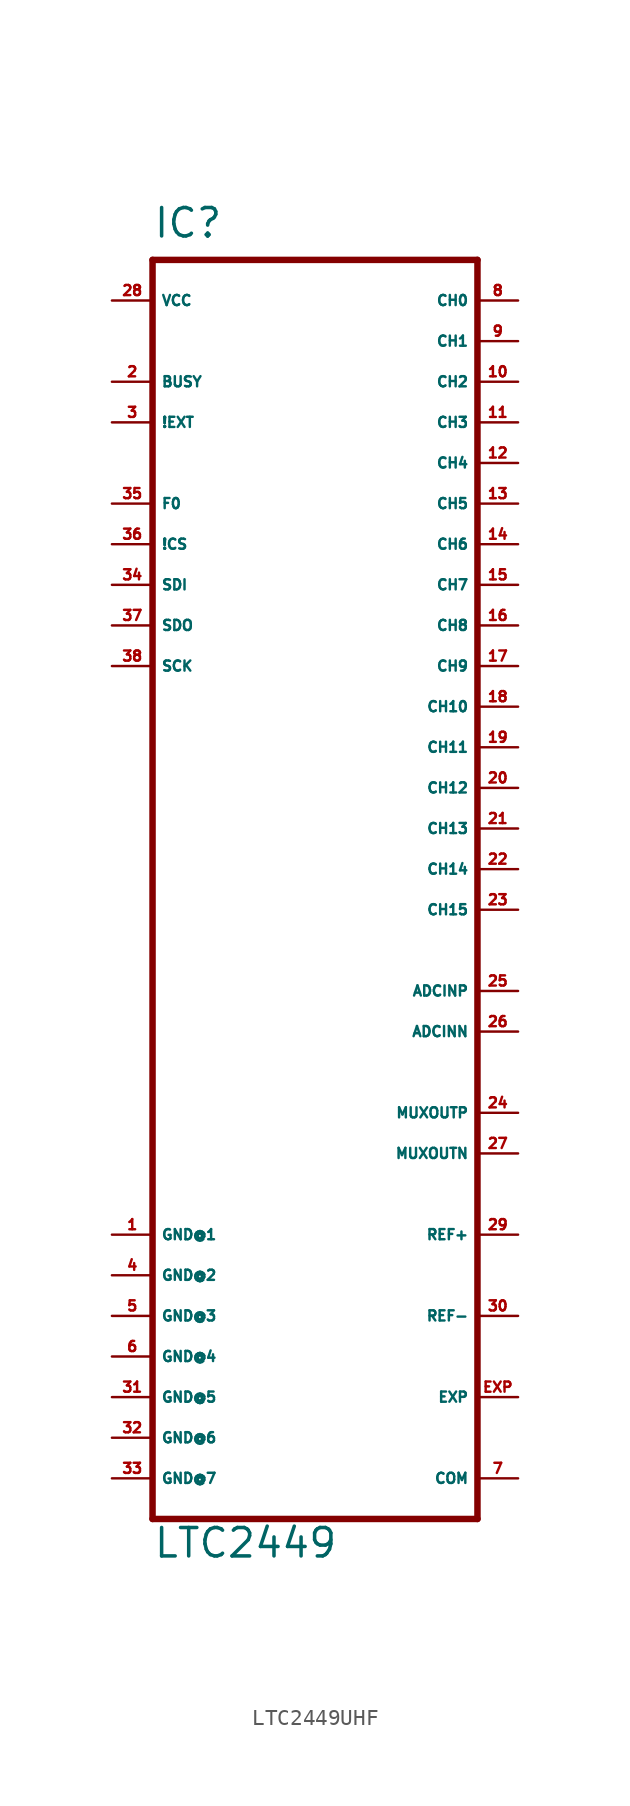
<source format=kicad_sym>
(kicad_symbol_lib
  (version 20220914)
  (generator Eagle2Kicad)
  (symbol "LTC2449UHF"
    (property "Reference" "IC"
      (at -10.16 39.37 0)
      (effects (font (size 1.778 1.778) (thickness 0.22)) (justify left bottom)))
    (property "Value" "LTC2449"
      (at -10.16 -43.18 0)
      (effects (font (size 1.778 1.778) (thickness 0.22)) (justify left bottom)))
    (polyline
      (pts (xy -10.16 38.1) (xy 10.16 38.1))
      (stroke (width 0.406) (type default))
      (fill (type none)))
    (polyline
      (pts (xy 10.16 38.1) (xy 10.16 -40.64))
      (stroke (width 0.406) (type default))
      (fill (type none)))
    (polyline
      (pts (xy 10.16 -40.64) (xy -10.16 -40.64))
      (stroke (width 0.406) (type default))
      (fill (type none)))
    (polyline
      (pts (xy -10.16 -40.64) (xy -10.16 38.1))
      (stroke (width 0.406) (type default))
      (fill (type none)))
    (pin unspecified line
      (at -12.7 -22.86 0)
      (length 2.54)
      (name "GND@1" (effects (font (size 0.635 0.635) (thickness 0.08)) (justify left bottom)))
      (number "1" (effects (font (size 0.635 0.635) (thickness 0.08)) (justify left bottom))))
    (pin unspecified line
      (at -12.7 -25.4 0)
      (length 2.54)
      (name "GND@2" (effects (font (size 0.635 0.635) (thickness 0.08)) (justify left bottom)))
      (number "4" (effects (font (size 0.635 0.635) (thickness 0.08)) (justify left bottom))))
    (pin unspecified line
      (at -12.7 -27.94 0)
      (length 2.54)
      (name "GND@3" (effects (font (size 0.635 0.635) (thickness 0.08)) (justify left bottom)))
      (number "5" (effects (font (size 0.635 0.635) (thickness 0.08)) (justify left bottom))))
    (pin unspecified line
      (at -12.7 -30.48 0)
      (length 2.54)
      (name "GND@4" (effects (font (size 0.635 0.635) (thickness 0.08)) (justify left bottom)))
      (number "6" (effects (font (size 0.635 0.635) (thickness 0.08)) (justify left bottom))))
    (pin output line
      (at -12.7 30.48 0)
      (length 2.54)
      (name "BUSY" (effects (font (size 0.635 0.635) (thickness 0.08)) (justify left bottom)))
      (number "2" (effects (font (size 0.635 0.635) (thickness 0.08)) (justify left bottom))))
    (pin output line
      (at -12.7 27.94 0)
      (length 2.54)
      (name "!EXT" (effects (font (size 0.635 0.635) (thickness 0.08)) (justify left bottom)))
      (number "3" (effects (font (size 0.635 0.635) (thickness 0.08)) (justify left bottom))))
    (pin input line
      (at 12.7 35.56 180)
      (length 2.54)
      (name "CH0" (effects (font (size 0.635 0.635) (thickness 0.08)) (justify left bottom)))
      (number "8" (effects (font (size 0.635 0.635) (thickness 0.08)) (justify left bottom))))
    (pin input line
      (at 12.7 33.02 180)
      (length 2.54)
      (name "CH1" (effects (font (size 0.635 0.635) (thickness 0.08)) (justify left bottom)))
      (number "9" (effects (font (size 0.635 0.635) (thickness 0.08)) (justify left bottom))))
    (pin input line
      (at 12.7 30.48 180)
      (length 2.54)
      (name "CH2" (effects (font (size 0.635 0.635) (thickness 0.08)) (justify left bottom)))
      (number "10" (effects (font (size 0.635 0.635) (thickness 0.08)) (justify left bottom))))
    (pin input line
      (at 12.7 27.94 180)
      (length 2.54)
      (name "CH3" (effects (font (size 0.635 0.635) (thickness 0.08)) (justify left bottom)))
      (number "11" (effects (font (size 0.635 0.635) (thickness 0.08)) (justify left bottom))))
    (pin input line
      (at 12.7 25.4 180)
      (length 2.54)
      (name "CH4" (effects (font (size 0.635 0.635) (thickness 0.08)) (justify left bottom)))
      (number "12" (effects (font (size 0.635 0.635) (thickness 0.08)) (justify left bottom))))
    (pin input line
      (at 12.7 22.86 180)
      (length 2.54)
      (name "CH5" (effects (font (size 0.635 0.635) (thickness 0.08)) (justify left bottom)))
      (number "13" (effects (font (size 0.635 0.635) (thickness 0.08)) (justify left bottom))))
    (pin input line
      (at 12.7 20.32 180)
      (length 2.54)
      (name "CH6" (effects (font (size 0.635 0.635) (thickness 0.08)) (justify left bottom)))
      (number "14" (effects (font (size 0.635 0.635) (thickness 0.08)) (justify left bottom))))
    (pin input line
      (at 12.7 17.78 180)
      (length 2.54)
      (name "CH7" (effects (font (size 0.635 0.635) (thickness 0.08)) (justify left bottom)))
      (number "15" (effects (font (size 0.635 0.635) (thickness 0.08)) (justify left bottom))))
    (pin input line
      (at 12.7 -22.86 180)
      (length 2.54)
      (name "REF+" (effects (font (size 0.635 0.635) (thickness 0.08)) (justify left bottom)))
      (number "29" (effects (font (size 0.635 0.635) (thickness 0.08)) (justify left bottom))))
    (pin input line
      (at 12.7 -27.94 180)
      (length 2.54)
      (name "REF-" (effects (font (size 0.635 0.635) (thickness 0.08)) (justify left bottom)))
      (number "30" (effects (font (size 0.635 0.635) (thickness 0.08)) (justify left bottom))))
    (pin input line
      (at -12.7 17.78 0)
      (length 2.54)
      (name "SDI" (effects (font (size 0.635 0.635) (thickness 0.08)) (justify left bottom)))
      (number "34" (effects (font (size 0.635 0.635) (thickness 0.08)) (justify left bottom))))
    (pin input line
      (at -12.7 22.86 0)
      (length 2.54)
      (name "F0" (effects (font (size 0.635 0.635) (thickness 0.08)) (justify left bottom)))
      (number "35" (effects (font (size 0.635 0.635) (thickness 0.08)) (justify left bottom))))
    (pin input line
      (at -12.7 20.32 0)
      (length 2.54)
      (name "!CS" (effects (font (size 0.635 0.635) (thickness 0.08)) (justify left bottom)))
      (number "36" (effects (font (size 0.635 0.635) (thickness 0.08)) (justify left bottom))))
    (pin tri_state line
      (at -12.7 15.24 0)
      (length 2.54)
      (name "SDO" (effects (font (size 0.635 0.635) (thickness 0.08)) (justify left bottom)))
      (number "37" (effects (font (size 0.635 0.635) (thickness 0.08)) (justify left bottom))))
    (pin bidirectional line
      (at -12.7 12.7 0)
      (length 2.54)
      (name "SCK" (effects (font (size 0.635 0.635) (thickness 0.08)) (justify left bottom)))
      (number "38" (effects (font (size 0.635 0.635) (thickness 0.08)) (justify left bottom))))
    (pin unspecified line
      (at -12.7 -33.02 0)
      (length 2.54)
      (name "GND@5" (effects (font (size 0.635 0.635) (thickness 0.08)) (justify left bottom)))
      (number "31" (effects (font (size 0.635 0.635) (thickness 0.08)) (justify left bottom))))
    (pin unspecified line
      (at -12.7 -35.56 0)
      (length 2.54)
      (name "GND@6" (effects (font (size 0.635 0.635) (thickness 0.08)) (justify left bottom)))
      (number "32" (effects (font (size 0.635 0.635) (thickness 0.08)) (justify left bottom))))
    (pin unspecified line
      (at -12.7 -38.1 0)
      (length 2.54)
      (name "GND@7" (effects (font (size 0.635 0.635) (thickness 0.08)) (justify left bottom)))
      (number "33" (effects (font (size 0.635 0.635) (thickness 0.08)) (justify left bottom))))
    (pin unspecified line
      (at 12.7 -38.1 180)
      (length 2.54)
      (name "COM" (effects (font (size 0.635 0.635) (thickness 0.08)) (justify left bottom)))
      (number "7" (effects (font (size 0.635 0.635) (thickness 0.08)) (justify left bottom))))
    (pin passive line
      (at 12.7 -33.02 180)
      (length 2.54)
      (name "EXP" (effects (font (size 0.635 0.635) (thickness 0.08)) (justify left bottom)))
      (number "EXP" (effects (font (size 0.635 0.635) (thickness 0.08)) (justify left bottom))))
    (pin unspecified line
      (at -12.7 35.56 0)
      (length 2.54)
      (name "VCC" (effects (font (size 0.635 0.635) (thickness 0.08)) (justify left bottom)))
      (number "28" (effects (font (size 0.635 0.635) (thickness 0.08)) (justify left bottom))))
    (pin input line
      (at 12.7 15.24 180)
      (length 2.54)
      (name "CH8" (effects (font (size 0.635 0.635) (thickness 0.08)) (justify left bottom)))
      (number "16" (effects (font (size 0.635 0.635) (thickness 0.08)) (justify left bottom))))
    (pin input line
      (at 12.7 12.7 180)
      (length 2.54)
      (name "CH9" (effects (font (size 0.635 0.635) (thickness 0.08)) (justify left bottom)))
      (number "17" (effects (font (size 0.635 0.635) (thickness 0.08)) (justify left bottom))))
    (pin input line
      (at 12.7 10.16 180)
      (length 2.54)
      (name "CH10" (effects (font (size 0.635 0.635) (thickness 0.08)) (justify left bottom)))
      (number "18" (effects (font (size 0.635 0.635) (thickness 0.08)) (justify left bottom))))
    (pin input line
      (at 12.7 7.62 180)
      (length 2.54)
      (name "CH11" (effects (font (size 0.635 0.635) (thickness 0.08)) (justify left bottom)))
      (number "19" (effects (font (size 0.635 0.635) (thickness 0.08)) (justify left bottom))))
    (pin input line
      (at 12.7 5.08 180)
      (length 2.54)
      (name "CH12" (effects (font (size 0.635 0.635) (thickness 0.08)) (justify left bottom)))
      (number "20" (effects (font (size 0.635 0.635) (thickness 0.08)) (justify left bottom))))
    (pin input line
      (at 12.7 2.54 180)
      (length 2.54)
      (name "CH13" (effects (font (size 0.635 0.635) (thickness 0.08)) (justify left bottom)))
      (number "21" (effects (font (size 0.635 0.635) (thickness 0.08)) (justify left bottom))))
    (pin input line
      (at 12.7 0 180)
      (length 2.54)
      (name "CH14" (effects (font (size 0.635 0.635) (thickness 0.08)) (justify left bottom)))
      (number "22" (effects (font (size 0.635 0.635) (thickness 0.08)) (justify left bottom))))
    (pin input line
      (at 12.7 -2.54 180)
      (length 2.54)
      (name "CH15" (effects (font (size 0.635 0.635) (thickness 0.08)) (justify left bottom)))
      (number "23" (effects (font (size 0.635 0.635) (thickness 0.08)) (justify left bottom))))
    (pin output line
      (at 12.7 -15.24 180)
      (length 2.54)
      (name "MUXOUTP" (effects (font (size 0.635 0.635) (thickness 0.08)) (justify left bottom)))
      (number "24" (effects (font (size 0.635 0.635) (thickness 0.08)) (justify left bottom))))
    (pin output line
      (at 12.7 -17.78 180)
      (length 2.54)
      (name "MUXOUTN" (effects (font (size 0.635 0.635) (thickness 0.08)) (justify left bottom)))
      (number "27" (effects (font (size 0.635 0.635) (thickness 0.08)) (justify left bottom))))
    (pin input line
      (at 12.7 -7.62 180)
      (length 2.54)
      (name "ADCINP" (effects (font (size 0.635 0.635) (thickness 0.08)) (justify left bottom)))
      (number "25" (effects (font (size 0.635 0.635) (thickness 0.08)) (justify left bottom))))
    (pin input line
      (at 12.7 -10.16 180)
      (length 2.54)
      (name "ADCINN" (effects (font (size 0.635 0.635) (thickness 0.08)) (justify left bottom)))
      (number "26" (effects (font (size 0.635 0.635) (thickness 0.08)) (justify left bottom))))))
</source>
